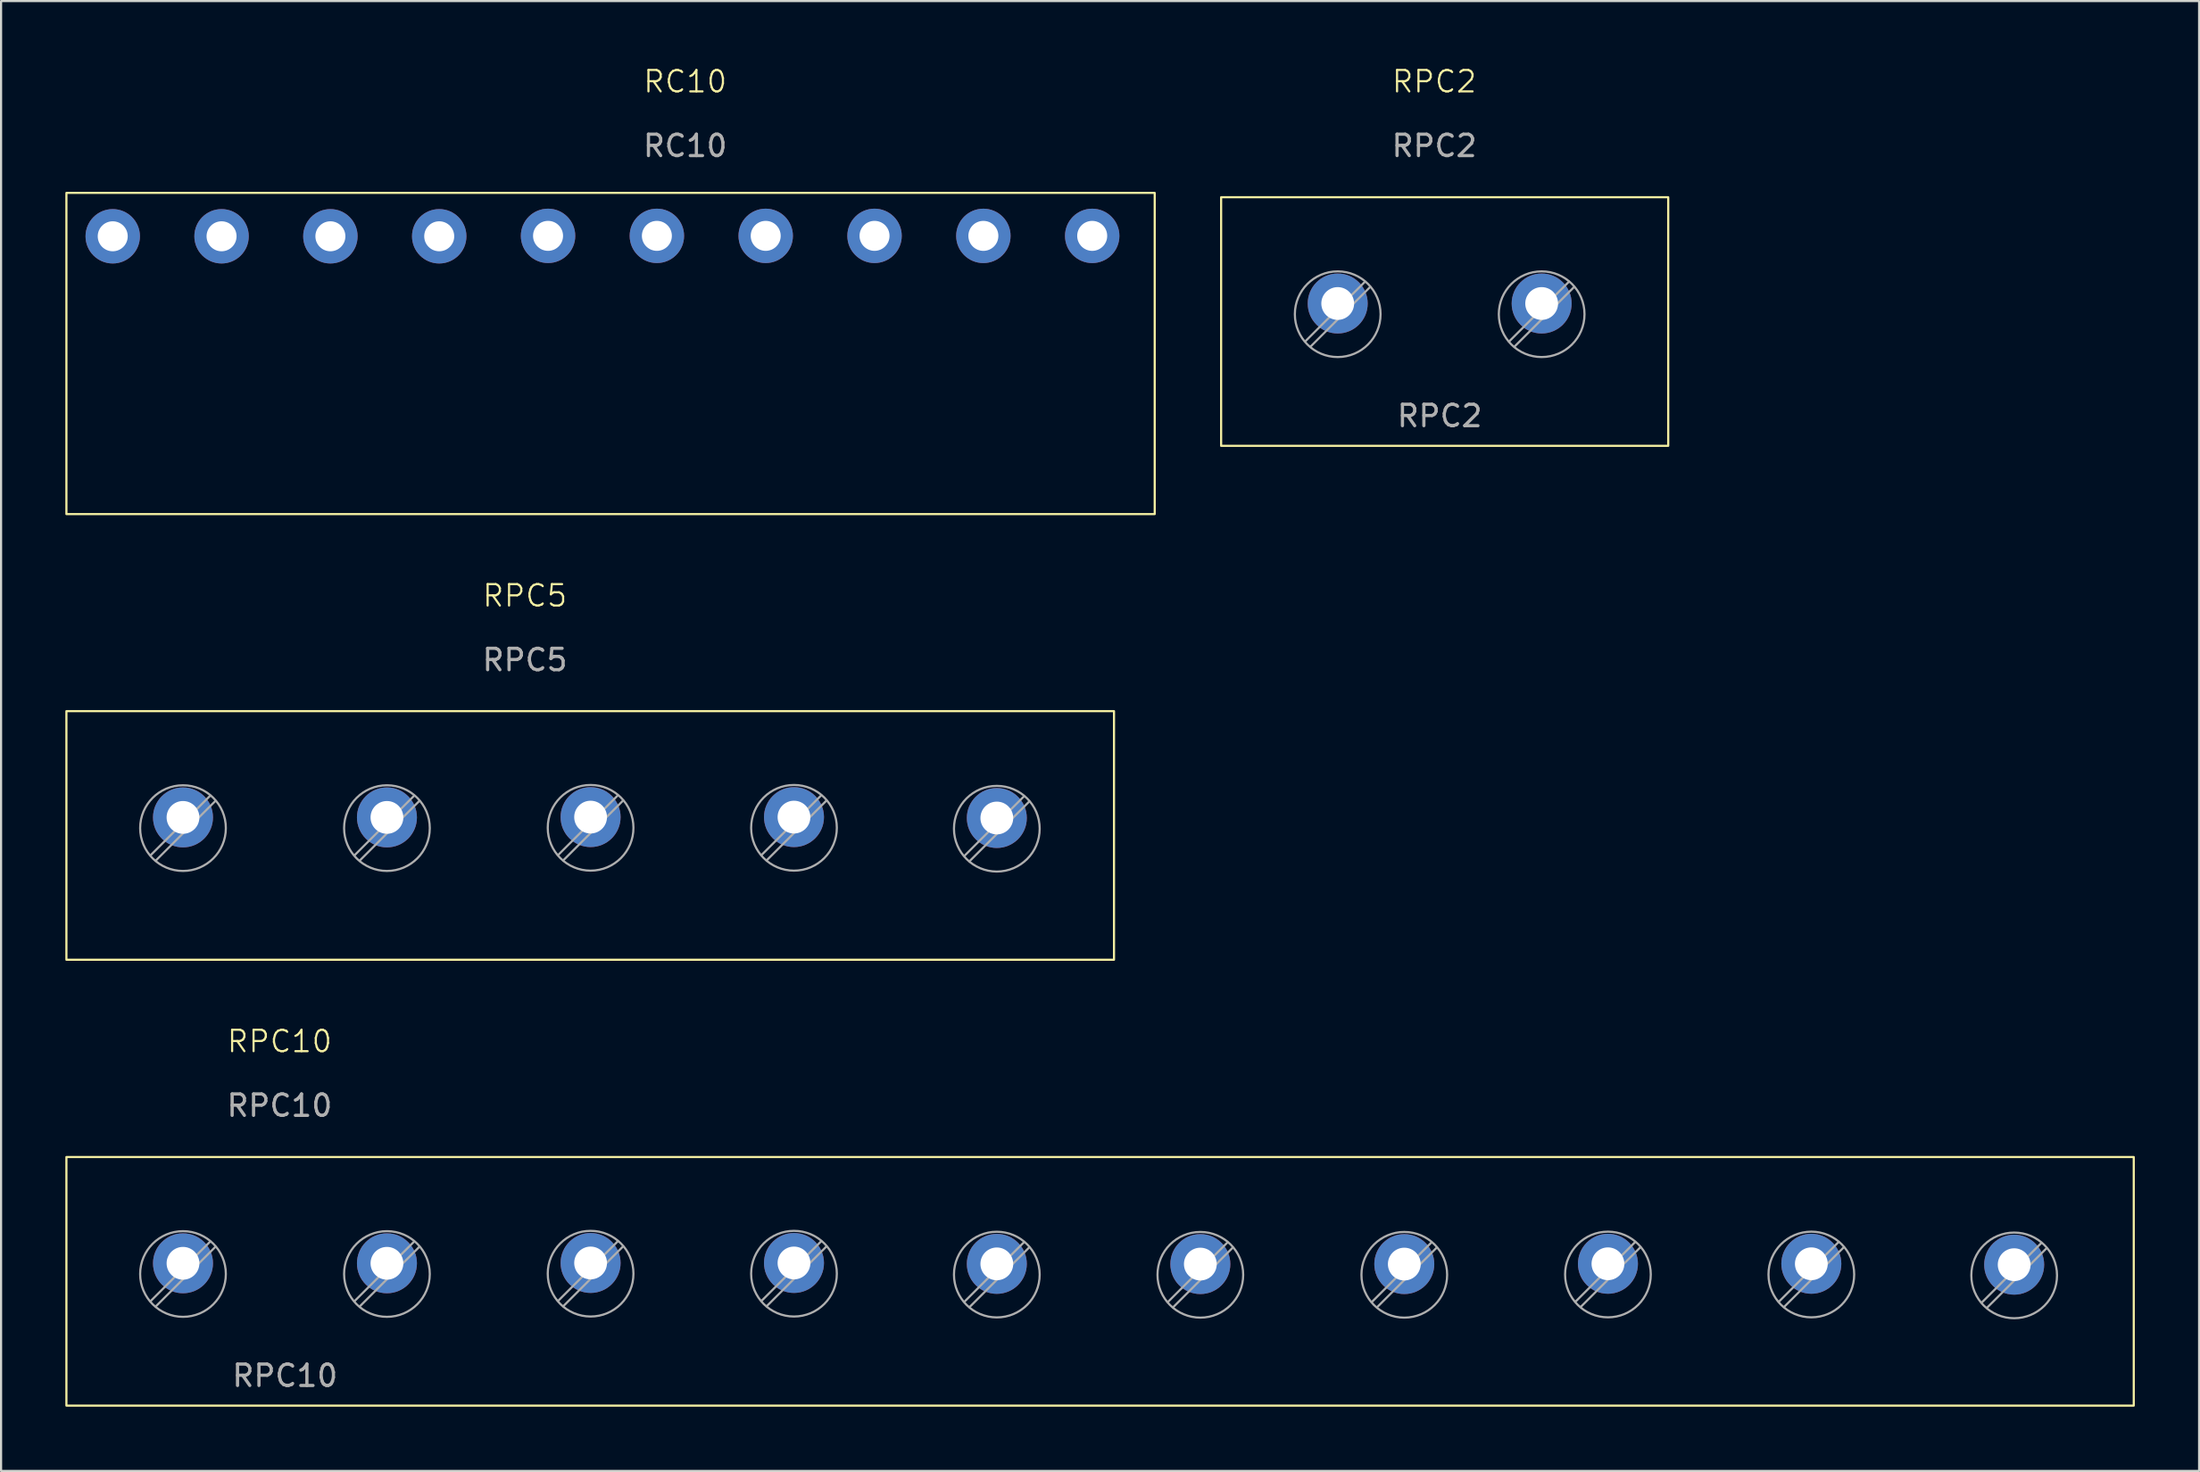
<source format=kicad_pcb>
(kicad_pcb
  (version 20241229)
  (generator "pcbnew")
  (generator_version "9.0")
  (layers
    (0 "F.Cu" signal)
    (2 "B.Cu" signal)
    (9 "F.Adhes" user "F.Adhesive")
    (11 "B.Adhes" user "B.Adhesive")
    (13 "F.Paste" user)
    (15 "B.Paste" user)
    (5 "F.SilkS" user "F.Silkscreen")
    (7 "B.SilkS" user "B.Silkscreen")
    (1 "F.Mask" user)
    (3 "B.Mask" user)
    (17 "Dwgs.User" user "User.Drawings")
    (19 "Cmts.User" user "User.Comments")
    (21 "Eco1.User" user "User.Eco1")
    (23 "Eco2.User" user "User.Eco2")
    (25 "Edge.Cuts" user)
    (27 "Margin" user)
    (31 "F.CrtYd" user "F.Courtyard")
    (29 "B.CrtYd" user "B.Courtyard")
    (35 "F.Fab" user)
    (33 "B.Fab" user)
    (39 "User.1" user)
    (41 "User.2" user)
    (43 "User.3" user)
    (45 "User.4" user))
  (footprint "RPC2"
    (layer "F.Cu")
    (at 63.9 1.26)
    (property "Reference" "RPC2" (at 0 -0.5 0) (unlocked yes) (layer "F.SilkS") (effects (font (size 1 1) (thickness 0.1))))
    (attr through_hole)
    (fp_rect (start -9.95 4.9) (end 10.92 16.51) (stroke (width 0.1) (type solid)) (fill no) (layer "F.SilkS"))
    (fp_line (start -3.235 8.845) (end -6.025 11.634) (stroke (width 0.1) (type solid)) (layer "F.Fab"))
    (fp_line (start -2.991 9.089) (end -5.781 11.88) (stroke (width 0.1) (type solid)) (layer "F.Fab"))
    (fp_line (start 6.285 8.845) (end 3.495 11.634) (stroke (width 0.1) (type solid)) (layer "F.Fab"))
    (fp_line (start 6.529 9.089) (end 3.739 11.88) (stroke (width 0.1) (type solid)) (layer "F.Fab"))
    (fp_circle (center -4.508 10.363) (end -2.508 10.363) (stroke (width 0.1) (type solid)) (fill no) (layer "F.Fab"))
    (fp_circle (center 5.012 10.363) (end 7.012 10.363) (stroke (width 0.1) (type solid)) (fill no) (layer "F.Fab"))
    (fp_text user "${REFERENCE}" (at 0.252 15.113 0) (layer "F.Fab") (effects (font (size 1 1) (thickness 0.15))))
    (fp_text user "${REFERENCE}" (at 0 2.5 0) (unlocked yes) (layer "F.Fab") (effects (font (size 1 1) (thickness 0.15))))
    (pad "1" thru_hole circle (at -4.508 9.863) (size 2.8 2.8) (drill 1.53) (layers "*.Cu" "*.Mask"))
    (pad "2" thru_hole circle (at 5.012 9.863) (size 2.8 2.8) (drill 1.53) (layers "*.Cu" "*.Mask")))
  (footprint "RC10"
    (layer "F.Cu")
    (at 28.933 1.26)
    (property "Reference" "RC10" (at 0 -0.5 0) (unlocked yes) (layer "F.SilkS") (effects (font (size 1 1) (thickness 0.1))))
    (attr smd)
    (fp_rect (start -28.883 4.698) (end 21.917 19.698) (stroke (width 0.1) (type solid)) (fill no) (layer "F.SilkS"))
    (fp_text user "${REFERENCE}" (at 0 2.5 0) (unlocked yes) (layer "F.Fab") (effects (font (size 1 1) (thickness 0.15))))
    (pad "1" thru_hole circle (at -26.721 6.724) (size 2.54 2.54) (drill 1.4) (layers "*.Cu" "*.Mask"))
    (pad "2" thru_hole circle (at -21.641 6.724) (size 2.54 2.54) (drill 1.4) (layers "*.Cu" "*.Mask"))
    (pad "3" thru_hole circle (at -16.561 6.724) (size 2.54 2.54) (drill 1.4) (layers "*.Cu" "*.Mask"))
    (pad "4" thru_hole circle (at -11.481 6.724) (size 2.54 2.54) (drill 1.4) (layers "*.Cu" "*.Mask"))
    (pad "5" thru_hole circle (at -6.401 6.704) (size 2.54 2.54) (drill 1.4) (layers "*.Cu" "*.Mask"))
    (pad "6" thru_hole circle (at -1.321 6.704) (size 2.54 2.54) (drill 1.4) (layers "*.Cu" "*.Mask"))
    (pad "7" thru_hole circle (at 3.759 6.704) (size 2.54 2.54) (drill 1.4) (layers "*.Cu" "*.Mask"))
    (pad "8" thru_hole circle (at 8.839 6.704) (size 2.54 2.54) (drill 1.4) (layers "*.Cu" "*.Mask"))
    (pad "9" thru_hole circle (at 13.919 6.705) (size 2.54 2.54) (drill 1.4) (layers "*.Cu" "*.Mask"))
    (pad "10" thru_hole circle (at 18.999 6.705) (size 2.54 2.54) (drill 1.4) (layers "*.Cu" "*.Mask")))
  (footprint "RPC10"
    (layer "F.Cu")
    (at 10 46.08)
    (property "Reference" "RPC10" (at 0 -0.5 0) (unlocked yes) (layer "F.SilkS") (effects (font (size 1 1) (thickness 0.1))))
    (attr through_hole)
    (fp_rect (start -9.95 4.9) (end 86.55 16.51) (stroke (width 0.1) (type solid)) (fill no) (layer "F.SilkS"))
    (fp_line (start -3.235 8.845) (end -6.025 11.634) (stroke (width 0.1) (type solid)) (layer "F.Fab"))
    (fp_line (start -2.991 9.089) (end -5.781 11.88) (stroke (width 0.1) (type solid)) (layer "F.Fab"))
    (fp_line (start 6.285 8.845) (end 3.495 11.634) (stroke (width 0.1) (type solid)) (layer "F.Fab"))
    (fp_line (start 6.529 9.089) (end 3.739 11.88) (stroke (width 0.1) (type solid)) (layer "F.Fab"))
    (fp_line (start 15.791 8.831) (end 13.001 11.62) (stroke (width 0.1) (type solid)) (layer "F.Fab"))
    (fp_line (start 16.035 9.075) (end 13.245 11.865) (stroke (width 0.1) (type solid)) (layer "F.Fab"))
    (fp_line (start 25.285 8.831) (end 22.495 11.62) (stroke (width 0.1) (type solid)) (layer "F.Fab"))
    (fp_line (start 25.529 9.075) (end 22.739 11.865) (stroke (width 0.1) (type solid)) (layer "F.Fab"))
    (fp_line (start 34.753 8.873) (end 31.963 11.662) (stroke (width 0.1) (type solid)) (layer "F.Fab"))
    (fp_line (start 34.997 9.117) (end 32.207 11.907) (stroke (width 0.1) (type solid)) (layer "F.Fab"))
    (fp_line (start 44.253 8.883) (end 41.463 11.672) (stroke (width 0.1) (type solid)) (layer "F.Fab"))
    (fp_line (start 44.497 9.127) (end 41.707 11.917) (stroke (width 0.1) (type solid)) (layer "F.Fab"))
    (fp_line (start 53.773 8.883) (end 50.983 11.672) (stroke (width 0.1) (type solid)) (layer "F.Fab"))
    (fp_line (start 54.017 9.127) (end 51.227 11.917) (stroke (width 0.1) (type solid)) (layer "F.Fab"))
    (fp_line (start 63.279 8.868) (end 60.489 11.658) (stroke (width 0.1) (type solid)) (layer "F.Fab"))
    (fp_line (start 63.523 9.113) (end 60.733 11.902) (stroke (width 0.1) (type solid)) (layer "F.Fab"))
    (fp_line (start 72.773 8.868) (end 69.983 11.658) (stroke (width 0.1) (type solid)) (layer "F.Fab"))
    (fp_line (start 73.017 9.113) (end 70.227 11.902) (stroke (width 0.1) (type solid)) (layer "F.Fab"))
    (fp_line (start 82.241 8.911) (end 79.451 11.7) (stroke (width 0.1) (type solid)) (layer "F.Fab"))
    (fp_line (start 82.485 9.155) (end 79.695 11.944) (stroke (width 0.1) (type solid)) (layer "F.Fab"))
    (fp_circle (center -4.508 10.363) (end -2.508 10.363) (stroke (width 0.1) (type solid)) (fill no) (layer "F.Fab"))
    (fp_circle (center 5.012 10.363) (end 7.012 10.363) (stroke (width 0.1) (type solid)) (fill no) (layer "F.Fab"))
    (fp_circle (center 14.518 10.348) (end 16.518 10.348) (stroke (width 0.1) (type solid)) (fill no) (layer "F.Fab"))
    (fp_circle (center 24.012 10.348) (end 26.012 10.348) (stroke (width 0.1) (type solid)) (fill no) (layer "F.Fab"))
    (fp_circle (center 33.48 10.39) (end 35.48 10.39) (stroke (width 0.1) (type solid)) (fill no) (layer "F.Fab"))
    (fp_circle (center 42.98 10.4) (end 44.98 10.4) (stroke (width 0.1) (type solid)) (fill no) (layer "F.Fab"))
    (fp_circle (center 52.5 10.4) (end 54.5 10.4) (stroke (width 0.1) (type solid)) (fill no) (layer "F.Fab"))
    (fp_circle (center 62.006 10.386) (end 64.006 10.386) (stroke (width 0.1) (type solid)) (fill no) (layer "F.Fab"))
    (fp_circle (center 71.5 10.386) (end 73.5 10.386) (stroke (width 0.1) (type solid)) (fill no) (layer "F.Fab"))
    (fp_circle (center 80.968 10.428) (end 82.968 10.428) (stroke (width 0.1) (type solid)) (fill no) (layer "F.Fab"))
    (fp_text user "${REFERENCE}" (at 0.252 15.113 0) (layer "F.Fab") (effects (font (size 1 1) (thickness 0.15))))
    (fp_text user "${REFERENCE}" (at 0 2.5 0) (unlocked yes) (layer "F.Fab") (effects (font (size 1 1) (thickness 0.15))))
    (pad "1" thru_hole circle (at -4.508 9.863) (size 2.8 2.8) (drill 1.53) (layers "*.Cu" "*.Mask"))
    (pad "2" thru_hole circle (at 5.012 9.863) (size 2.8 2.8) (drill 1.53) (layers "*.Cu" "*.Mask"))
    (pad "3" thru_hole circle (at 14.518 9.848) (size 2.8 2.8) (drill 1.53) (layers "*.Cu" "*.Mask"))
    (pad "4" thru_hole circle (at 24.012 9.848) (size 2.8 2.8) (drill 1.53) (layers "*.Cu" "*.Mask"))
    (pad "5" thru_hole circle (at 33.48 9.89) (size 2.8 2.8) (drill 1.53) (layers "*.Cu" "*.Mask"))
    (pad "6" thru_hole circle (at 42.98 9.9) (size 2.8 2.8) (drill 1.53) (layers "*.Cu" "*.Mask"))
    (pad "7" thru_hole circle (at 52.5 9.9) (size 2.8 2.8) (drill 1.53) (layers "*.Cu" "*.Mask"))
    (pad "8" thru_hole circle (at 62.006 9.886) (size 2.8 2.8) (drill 1.53) (layers "*.Cu" "*.Mask"))
    (pad "9" thru_hole circle (at 71.5 9.886) (size 2.8 2.8) (drill 1.53) (layers "*.Cu" "*.Mask"))
    (pad "10" thru_hole circle (at 80.968 9.928) (size 2.8 2.8) (drill 1.53) (layers "*.Cu" "*.Mask")))
  (footprint "RPC5"
    (layer "F.Cu")
    (at 21.45 25.269)
    (property "Reference" "RPC5" (at 0 -0.5 0) (unlocked yes) (layer "F.SilkS") (effects (font (size 1 1) (thickness 0.1))))
    (attr through_hole)
    (fp_rect (start -21.4 4.89) (end 27.5 16.5) (stroke (width 0.1) (type solid)) (fill no) (layer "F.SilkS"))
    (fp_line (start -14.685 8.835) (end -17.475 11.624) (stroke (width 0.1) (type solid)) (layer "F.Fab"))
    (fp_line (start -14.441 9.079) (end -17.231 11.87) (stroke (width 0.1) (type solid)) (layer "F.Fab"))
    (fp_line (start -5.165 8.835) (end -7.955 11.624) (stroke (width 0.1) (type solid)) (layer "F.Fab"))
    (fp_line (start -4.921 9.079) (end -7.711 11.87) (stroke (width 0.1) (type solid)) (layer "F.Fab"))
    (fp_line (start 4.341 8.821) (end 1.551 11.61) (stroke (width 0.1) (type solid)) (layer "F.Fab"))
    (fp_line (start 4.585 9.065) (end 1.795 11.855) (stroke (width 0.1) (type solid)) (layer "F.Fab"))
    (fp_line (start 13.835 8.821) (end 11.045 11.61) (stroke (width 0.1) (type solid)) (layer "F.Fab"))
    (fp_line (start 14.079 9.065) (end 11.289 11.855) (stroke (width 0.1) (type solid)) (layer "F.Fab"))
    (fp_line (start 23.303 8.863) (end 20.513 11.652) (stroke (width 0.1) (type solid)) (layer "F.Fab"))
    (fp_line (start 23.547 9.107) (end 20.757 11.897) (stroke (width 0.1) (type solid)) (layer "F.Fab"))
    (fp_circle (center -15.958 10.352) (end -13.958 10.352) (stroke (width 0.1) (type solid)) (fill no) (layer "F.Fab"))
    (fp_circle (center -6.438 10.352) (end -4.438 10.352) (stroke (width 0.1) (type solid)) (fill no) (layer "F.Fab"))
    (fp_circle (center 3.068 10.338) (end 5.068 10.338) (stroke (width 0.1) (type solid)) (fill no) (layer "F.Fab"))
    (fp_circle (center 12.562 10.338) (end 14.562 10.338) (stroke (width 0.1) (type solid)) (fill no) (layer "F.Fab"))
    (fp_circle (center 22.03 10.38) (end 24.03 10.38) (stroke (width 0.1) (type solid)) (fill no) (layer "F.Fab"))
    (fp_text user "${REFERENCE}" (at 0 2.5 0) (unlocked yes) (layer "F.Fab") (effects (font (size 1 1) (thickness 0.15))))
    (pad "1" thru_hole circle (at -15.958 9.852) (size 2.8 2.8) (drill 1.53) (layers "*.Cu" "*.Mask"))
    (pad "2" thru_hole circle (at -6.438 9.852) (size 2.8 2.8) (drill 1.53) (layers "*.Cu" "*.Mask"))
    (pad "3" thru_hole circle (at 3.068 9.838) (size 2.8 2.8) (drill 1.53) (layers "*.Cu" "*.Mask"))
    (pad "4" thru_hole circle (at 12.562 9.838) (size 2.8 2.8) (drill 1.53) (layers "*.Cu" "*.Mask"))
    (pad "5" thru_hole circle (at 22.03 9.88) (size 2.8 2.8) (drill 1.53) (layers "*.Cu" "*.Mask")))
  (gr_rect
    (start -3 -3)
    (end 99.6 65.64)
    (stroke (width 0.1) (type default))
    (fill no)
    (layer "Edge.Cuts")))
</source>
